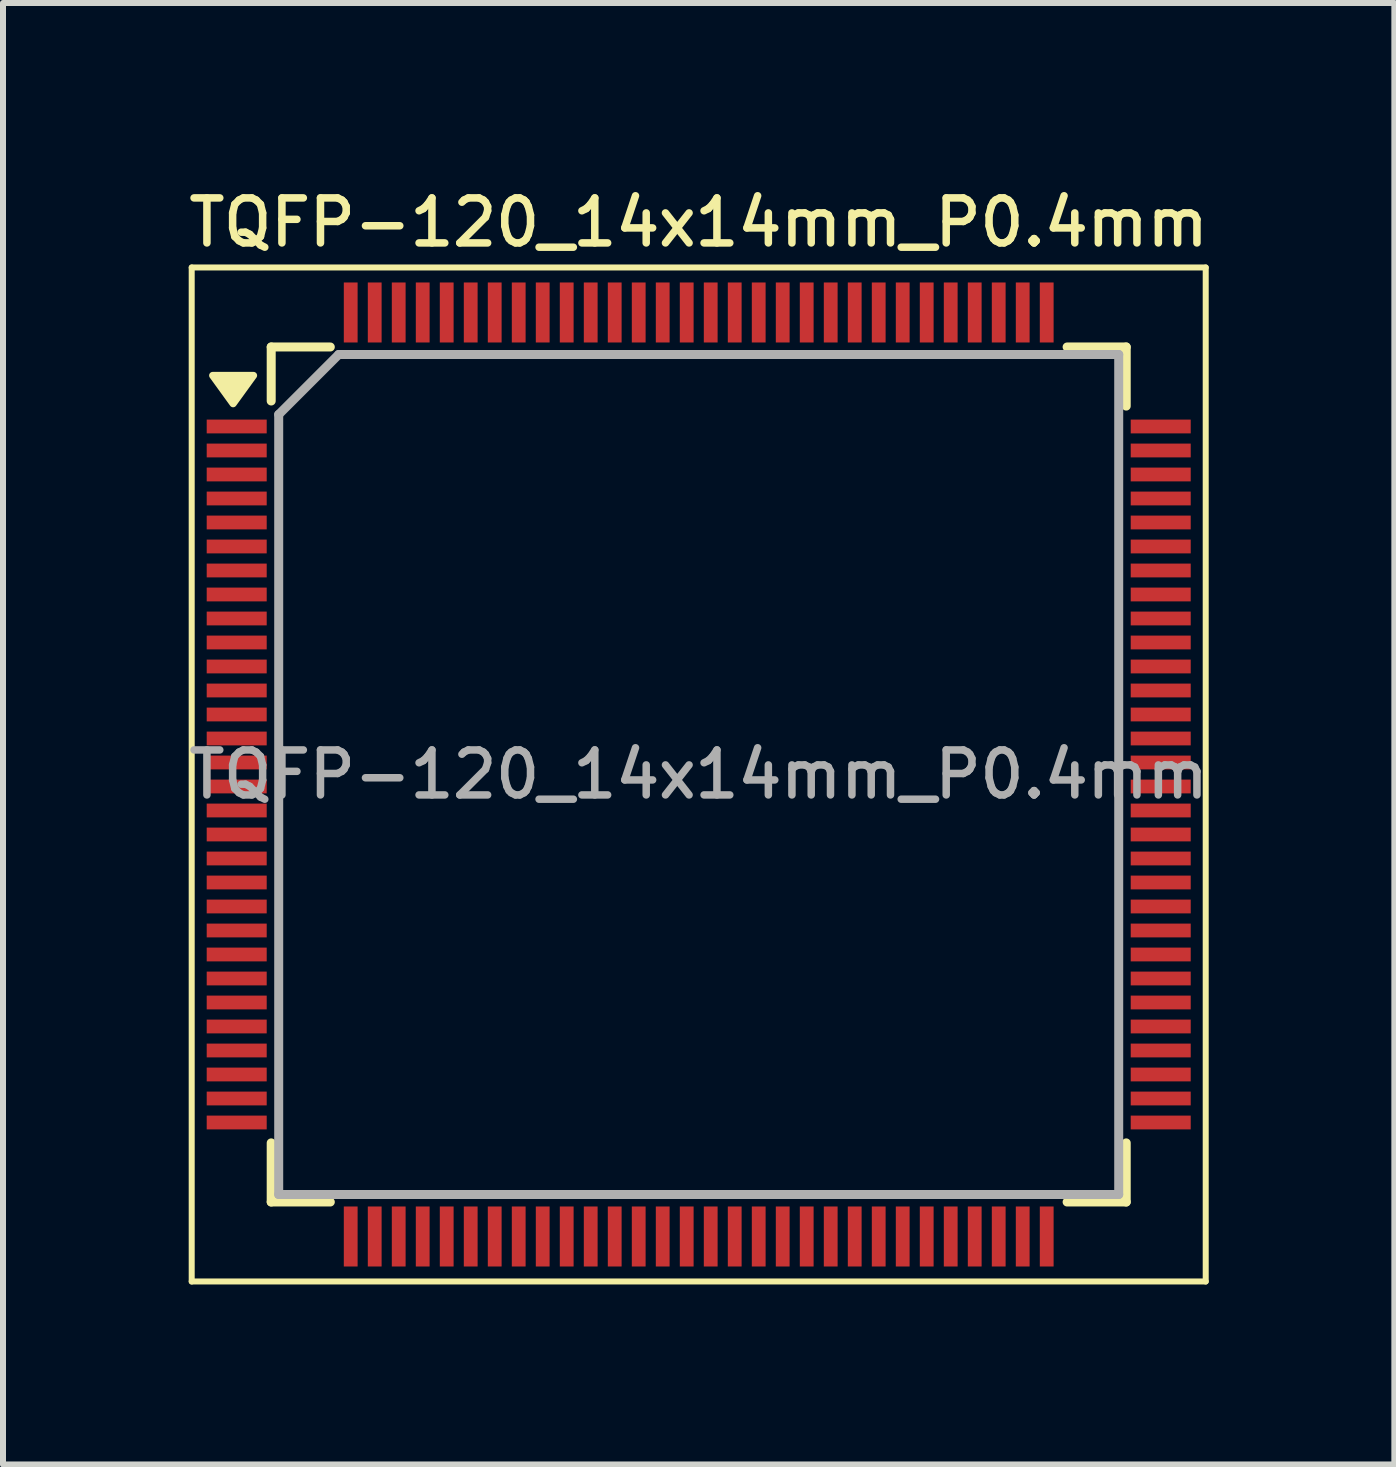
<source format=kicad_pcb>
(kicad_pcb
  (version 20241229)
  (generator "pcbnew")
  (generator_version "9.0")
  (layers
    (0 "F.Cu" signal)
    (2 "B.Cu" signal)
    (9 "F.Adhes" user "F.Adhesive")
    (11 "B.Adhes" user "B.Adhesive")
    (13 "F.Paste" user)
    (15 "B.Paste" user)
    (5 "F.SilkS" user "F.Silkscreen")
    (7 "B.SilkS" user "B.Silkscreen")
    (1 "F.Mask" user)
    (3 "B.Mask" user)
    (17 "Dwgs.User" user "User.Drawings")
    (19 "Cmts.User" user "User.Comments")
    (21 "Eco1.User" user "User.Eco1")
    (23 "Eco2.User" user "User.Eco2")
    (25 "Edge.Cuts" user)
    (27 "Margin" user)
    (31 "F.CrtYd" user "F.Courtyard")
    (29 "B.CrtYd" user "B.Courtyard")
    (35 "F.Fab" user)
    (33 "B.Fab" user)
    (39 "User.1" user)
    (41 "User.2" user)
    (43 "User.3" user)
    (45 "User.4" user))
  (footprint "TQFP-120_14x14mm_P0.4mm"
    (layer "F.Cu")
    (at 8.595 9.858)
    (property "Reference" "TQFP-120_14x14mm_P0.4mm" (at 0 -9.2 0) (layer "F.SilkS") (effects (font (size 0.75 0.75) (thickness 0.125))))
    (attr smd)
    (fp_line (start -8.45 -8.45) (end -8.45 8.45) (stroke (width 0.1) (type solid)) (layer "F.SilkS"))
    (fp_line (start -8.45 -8.45) (end 8.45 -8.45) (stroke (width 0.1) (type solid)) (layer "F.SilkS"))
    (fp_line (start -8.45 8.45) (end 8.45 8.45) (stroke (width 0.1) (type solid)) (layer "F.SilkS"))
    (fp_line (start -7.125 -7.125) (end -7.125 -6.225) (stroke (width 0.15) (type solid)) (layer "F.SilkS"))
    (fp_line (start -7.125 -7.125) (end -6.14 -7.125) (stroke (width 0.15) (type solid)) (layer "F.SilkS"))
    (fp_line (start -7.125 7.125) (end -7.125 6.14) (stroke (width 0.15) (type solid)) (layer "F.SilkS"))
    (fp_line (start -7.125 7.125) (end -6.14 7.125) (stroke (width 0.15) (type solid)) (layer "F.SilkS"))
    (fp_line (start 7.125 -7.125) (end 6.14 -7.125) (stroke (width 0.15) (type solid)) (layer "F.SilkS"))
    (fp_line (start 7.125 -7.125) (end 7.125 -6.14) (stroke (width 0.15) (type solid)) (layer "F.SilkS"))
    (fp_line (start 7.125 7.125) (end 6.14 7.125) (stroke (width 0.15) (type solid)) (layer "F.SilkS"))
    (fp_line (start 7.125 7.125) (end 7.125 6.14) (stroke (width 0.15) (type solid)) (layer "F.SilkS"))
    (fp_line (start 8.45 -8.45) (end 8.45 8.45) (stroke (width 0.1) (type solid)) (layer "F.SilkS"))
    (fp_poly (pts (xy -7.76 -6.18) (xy -8.1 -6.65) (xy -7.42 -6.65) (xy -7.76 -6.18)) (stroke (width 0.12) (type solid)) (fill yes) (layer "F.SilkS"))
    (fp_line (start -7 -6) (end -6 -7) (stroke (width 0.15) (type solid)) (layer "F.Fab"))
    (fp_line (start -7 7) (end -7 -6) (stroke (width 0.15) (type solid)) (layer "F.Fab"))
    (fp_line (start -6 -7) (end 7 -7) (stroke (width 0.15) (type solid)) (layer "F.Fab"))
    (fp_line (start 7 -7) (end 7 7) (stroke (width 0.15) (type solid)) (layer "F.Fab"))
    (fp_line (start 7 7) (end -7 7) (stroke (width 0.15) (type solid)) (layer "F.Fab"))
    (fp_text user "${REFERENCE}" (at 0 0 0) (layer "F.Fab") (effects (font (size 0.75 0.75) (thickness 0.125))))
    (pad "1" smd rect (at -7.7 -5.8) (size 1 0.23) (layers "F.Cu" "F.Mask" "F.Paste"))
    (pad "2" smd rect (at -7.7 -5.4) (size 1 0.23) (layers "F.Cu" "F.Mask" "F.Paste"))
    (pad "3" smd rect (at -7.7 -5) (size 1 0.23) (layers "F.Cu" "F.Mask" "F.Paste"))
    (pad "4" smd rect (at -7.7 -4.6) (size 1 0.23) (layers "F.Cu" "F.Mask" "F.Paste"))
    (pad "5" smd rect (at -7.7 -4.2) (size 1 0.23) (layers "F.Cu" "F.Mask" "F.Paste"))
    (pad "6" smd rect (at -7.7 -3.8) (size 1 0.23) (layers "F.Cu" "F.Mask" "F.Paste"))
    (pad "7" smd rect (at -7.7 -3.4) (size 1 0.23) (layers "F.Cu" "F.Mask" "F.Paste"))
    (pad "8" smd rect (at -7.7 -3) (size 1 0.23) (layers "F.Cu" "F.Mask" "F.Paste"))
    (pad "9" smd rect (at -7.7 -2.6) (size 1 0.23) (layers "F.Cu" "F.Mask" "F.Paste"))
    (pad "10" smd rect (at -7.7 -2.2) (size 1 0.23) (layers "F.Cu" "F.Mask" "F.Paste"))
    (pad "11" smd rect (at -7.7 -1.8) (size 1 0.23) (layers "F.Cu" "F.Mask" "F.Paste"))
    (pad "12" smd rect (at -7.7 -1.4) (size 1 0.23) (layers "F.Cu" "F.Mask" "F.Paste"))
    (pad "13" smd rect (at -7.7 -1) (size 1 0.23) (layers "F.Cu" "F.Mask" "F.Paste"))
    (pad "14" smd rect (at -7.7 -0.6) (size 1 0.23) (layers "F.Cu" "F.Mask" "F.Paste"))
    (pad "15" smd rect (at -7.7 -0.2) (size 1 0.23) (layers "F.Cu" "F.Mask" "F.Paste"))
    (pad "16" smd rect (at -7.7 0.2) (size 1 0.23) (layers "F.Cu" "F.Mask" "F.Paste"))
    (pad "17" smd rect (at -7.7 0.6) (size 1 0.23) (layers "F.Cu" "F.Mask" "F.Paste"))
    (pad "18" smd rect (at -7.7 1) (size 1 0.23) (layers "F.Cu" "F.Mask" "F.Paste"))
    (pad "19" smd rect (at -7.7 1.4) (size 1 0.23) (layers "F.Cu" "F.Mask" "F.Paste"))
    (pad "20" smd rect (at -7.7 1.8) (size 1 0.23) (layers "F.Cu" "F.Mask" "F.Paste"))
    (pad "21" smd rect (at -7.7 2.2) (size 1 0.23) (layers "F.Cu" "F.Mask" "F.Paste"))
    (pad "22" smd rect (at -7.7 2.6) (size 1 0.23) (layers "F.Cu" "F.Mask" "F.Paste"))
    (pad "23" smd rect (at -7.7 3) (size 1 0.23) (layers "F.Cu" "F.Mask" "F.Paste"))
    (pad "24" smd rect (at -7.7 3.4) (size 1 0.23) (layers "F.Cu" "F.Mask" "F.Paste"))
    (pad "25" smd rect (at -7.7 3.8) (size 1 0.23) (layers "F.Cu" "F.Mask" "F.Paste"))
    (pad "26" smd rect (at -7.7 4.2) (size 1 0.23) (layers "F.Cu" "F.Mask" "F.Paste"))
    (pad "27" smd rect (at -7.7 4.6) (size 1 0.23) (layers "F.Cu" "F.Mask" "F.Paste"))
    (pad "28" smd rect (at -7.7 5) (size 1 0.23) (layers "F.Cu" "F.Mask" "F.Paste"))
    (pad "29" smd rect (at -7.7 5.4) (size 1 0.23) (layers "F.Cu" "F.Mask" "F.Paste"))
    (pad "30" smd rect (at -7.7 5.8) (size 1 0.23) (layers "F.Cu" "F.Mask" "F.Paste"))
    (pad "31" smd rect (at -5.8 7.7 90) (size 1 0.23) (layers "F.Cu" "F.Mask" "F.Paste"))
    (pad "32" smd rect (at -5.4 7.7 90) (size 1 0.23) (layers "F.Cu" "F.Mask" "F.Paste"))
    (pad "33" smd rect (at -5 7.7 90) (size 1 0.23) (layers "F.Cu" "F.Mask" "F.Paste"))
    (pad "34" smd rect (at -4.6 7.7 90) (size 1 0.23) (layers "F.Cu" "F.Mask" "F.Paste"))
    (pad "35" smd rect (at -4.2 7.7 90) (size 1 0.23) (layers "F.Cu" "F.Mask" "F.Paste"))
    (pad "36" smd rect (at -3.8 7.7 90) (size 1 0.23) (layers "F.Cu" "F.Mask" "F.Paste"))
    (pad "37" smd rect (at -3.4 7.7 90) (size 1 0.23) (layers "F.Cu" "F.Mask" "F.Paste"))
    (pad "38" smd rect (at -3 7.7 90) (size 1 0.23) (layers "F.Cu" "F.Mask" "F.Paste"))
    (pad "39" smd rect (at -2.6 7.7 90) (size 1 0.23) (layers "F.Cu" "F.Mask" "F.Paste"))
    (pad "40" smd rect (at -2.2 7.7 90) (size 1 0.23) (layers "F.Cu" "F.Mask" "F.Paste"))
    (pad "41" smd rect (at -1.8 7.7 90) (size 1 0.23) (layers "F.Cu" "F.Mask" "F.Paste"))
    (pad "42" smd rect (at -1.4 7.7 90) (size 1 0.23) (layers "F.Cu" "F.Mask" "F.Paste"))
    (pad "43" smd rect (at -1 7.7 90) (size 1 0.23) (layers "F.Cu" "F.Mask" "F.Paste"))
    (pad "44" smd rect (at -0.6 7.7 90) (size 1 0.23) (layers "F.Cu" "F.Mask" "F.Paste"))
    (pad "45" smd rect (at -0.2 7.7 90) (size 1 0.23) (layers "F.Cu" "F.Mask" "F.Paste"))
    (pad "46" smd rect (at 0.2 7.7 90) (size 1 0.23) (layers "F.Cu" "F.Mask" "F.Paste"))
    (pad "47" smd rect (at 0.6 7.7 90) (size 1 0.23) (layers "F.Cu" "F.Mask" "F.Paste"))
    (pad "48" smd rect (at 1 7.7 90) (size 1 0.23) (layers "F.Cu" "F.Mask" "F.Paste"))
    (pad "49" smd rect (at 1.4 7.7 90) (size 1 0.23) (layers "F.Cu" "F.Mask" "F.Paste"))
    (pad "50" smd rect (at 1.8 7.7 90) (size 1 0.23) (layers "F.Cu" "F.Mask" "F.Paste"))
    (pad "51" smd rect (at 2.2 7.7 90) (size 1 0.23) (layers "F.Cu" "F.Mask" "F.Paste"))
    (pad "52" smd rect (at 2.6 7.7 90) (size 1 0.23) (layers "F.Cu" "F.Mask" "F.Paste"))
    (pad "53" smd rect (at 3 7.7 90) (size 1 0.23) (layers "F.Cu" "F.Mask" "F.Paste"))
    (pad "54" smd rect (at 3.4 7.7 90) (size 1 0.23) (layers "F.Cu" "F.Mask" "F.Paste"))
    (pad "55" smd rect (at 3.8 7.7 90) (size 1 0.23) (layers "F.Cu" "F.Mask" "F.Paste"))
    (pad "56" smd rect (at 4.2 7.7 90) (size 1 0.23) (layers "F.Cu" "F.Mask" "F.Paste"))
    (pad "57" smd rect (at 4.6 7.7 90) (size 1 0.23) (layers "F.Cu" "F.Mask" "F.Paste"))
    (pad "58" smd rect (at 5 7.7 90) (size 1 0.23) (layers "F.Cu" "F.Mask" "F.Paste"))
    (pad "59" smd rect (at 5.4 7.7 90) (size 1 0.23) (layers "F.Cu" "F.Mask" "F.Paste"))
    (pad "60" smd rect (at 5.8 7.7 90) (size 1 0.23) (layers "F.Cu" "F.Mask" "F.Paste"))
    (pad "61" smd rect (at 7.7 5.8) (size 1 0.23) (layers "F.Cu" "F.Mask" "F.Paste"))
    (pad "62" smd rect (at 7.7 5.4) (size 1 0.23) (layers "F.Cu" "F.Mask" "F.Paste"))
    (pad "63" smd rect (at 7.7 5) (size 1 0.23) (layers "F.Cu" "F.Mask" "F.Paste"))
    (pad "64" smd rect (at 7.7 4.6) (size 1 0.23) (layers "F.Cu" "F.Mask" "F.Paste"))
    (pad "65" smd rect (at 7.7 4.2) (size 1 0.23) (layers "F.Cu" "F.Mask" "F.Paste"))
    (pad "66" smd rect (at 7.7 3.8) (size 1 0.23) (layers "F.Cu" "F.Mask" "F.Paste"))
    (pad "67" smd rect (at 7.7 3.4) (size 1 0.23) (layers "F.Cu" "F.Mask" "F.Paste"))
    (pad "68" smd rect (at 7.7 3) (size 1 0.23) (layers "F.Cu" "F.Mask" "F.Paste"))
    (pad "69" smd rect (at 7.7 2.6) (size 1 0.23) (layers "F.Cu" "F.Mask" "F.Paste"))
    (pad "70" smd rect (at 7.7 2.2) (size 1 0.23) (layers "F.Cu" "F.Mask" "F.Paste"))
    (pad "71" smd rect (at 7.7 1.8) (size 1 0.23) (layers "F.Cu" "F.Mask" "F.Paste"))
    (pad "72" smd rect (at 7.7 1.4) (size 1 0.23) (layers "F.Cu" "F.Mask" "F.Paste"))
    (pad "73" smd rect (at 7.7 1) (size 1 0.23) (layers "F.Cu" "F.Mask" "F.Paste"))
    (pad "74" smd rect (at 7.7 0.6) (size 1 0.23) (layers "F.Cu" "F.Mask" "F.Paste"))
    (pad "75" smd rect (at 7.7 0.2) (size 1 0.23) (layers "F.Cu" "F.Mask" "F.Paste"))
    (pad "76" smd rect (at 7.7 -0.2) (size 1 0.23) (layers "F.Cu" "F.Mask" "F.Paste"))
    (pad "77" smd rect (at 7.7 -0.6) (size 1 0.23) (layers "F.Cu" "F.Mask" "F.Paste"))
    (pad "78" smd rect (at 7.7 -1) (size 1 0.23) (layers "F.Cu" "F.Mask" "F.Paste"))
    (pad "79" smd rect (at 7.7 -1.4) (size 1 0.23) (layers "F.Cu" "F.Mask" "F.Paste"))
    (pad "80" smd rect (at 7.7 -1.8) (size 1 0.23) (layers "F.Cu" "F.Mask" "F.Paste"))
    (pad "81" smd rect (at 7.7 -2.2) (size 1 0.23) (layers "F.Cu" "F.Mask" "F.Paste"))
    (pad "82" smd rect (at 7.7 -2.6) (size 1 0.23) (layers "F.Cu" "F.Mask" "F.Paste"))
    (pad "83" smd rect (at 7.7 -3) (size 1 0.23) (layers "F.Cu" "F.Mask" "F.Paste"))
    (pad "84" smd rect (at 7.7 -3.4) (size 1 0.23) (layers "F.Cu" "F.Mask" "F.Paste"))
    (pad "85" smd rect (at 7.7 -3.8) (size 1 0.23) (layers "F.Cu" "F.Mask" "F.Paste"))
    (pad "86" smd rect (at 7.7 -4.2) (size 1 0.23) (layers "F.Cu" "F.Mask" "F.Paste"))
    (pad "87" smd rect (at 7.7 -4.6) (size 1 0.23) (layers "F.Cu" "F.Mask" "F.Paste"))
    (pad "88" smd rect (at 7.7 -5) (size 1 0.23) (layers "F.Cu" "F.Mask" "F.Paste"))
    (pad "89" smd rect (at 7.7 -5.4) (size 1 0.23) (layers "F.Cu" "F.Mask" "F.Paste"))
    (pad "90" smd rect (at 7.7 -5.8) (size 1 0.23) (layers "F.Cu" "F.Mask" "F.Paste"))
    (pad "91" smd rect (at 5.8 -7.7 90) (size 1 0.23) (layers "F.Cu" "F.Mask" "F.Paste"))
    (pad "92" smd rect (at 5.4 -7.7 90) (size 1 0.23) (layers "F.Cu" "F.Mask" "F.Paste"))
    (pad "93" smd rect (at 5 -7.7 90) (size 1 0.23) (layers "F.Cu" "F.Mask" "F.Paste"))
    (pad "94" smd rect (at 4.6 -7.7 90) (size 1 0.23) (layers "F.Cu" "F.Mask" "F.Paste"))
    (pad "95" smd rect (at 4.2 -7.7 90) (size 1 0.23) (layers "F.Cu" "F.Mask" "F.Paste"))
    (pad "96" smd rect (at 3.8 -7.7 90) (size 1 0.23) (layers "F.Cu" "F.Mask" "F.Paste"))
    (pad "97" smd rect (at 3.4 -7.7 90) (size 1 0.23) (layers "F.Cu" "F.Mask" "F.Paste"))
    (pad "98" smd rect (at 3 -7.7 90) (size 1 0.23) (layers "F.Cu" "F.Mask" "F.Paste"))
    (pad "99" smd rect (at 2.6 -7.7 90) (size 1 0.23) (layers "F.Cu" "F.Mask" "F.Paste"))
    (pad "100" smd rect (at 2.2 -7.7 90) (size 1 0.23) (layers "F.Cu" "F.Mask" "F.Paste"))
    (pad "101" smd rect (at 1.8 -7.7 90) (size 1 0.23) (layers "F.Cu" "F.Mask" "F.Paste"))
    (pad "102" smd rect (at 1.4 -7.7 90) (size 1 0.23) (layers "F.Cu" "F.Mask" "F.Paste"))
    (pad "103" smd rect (at 1 -7.7 90) (size 1 0.23) (layers "F.Cu" "F.Mask" "F.Paste"))
    (pad "104" smd rect (at 0.6 -7.7 90) (size 1 0.23) (layers "F.Cu" "F.Mask" "F.Paste"))
    (pad "105" smd rect (at 0.2 -7.7 90) (size 1 0.23) (layers "F.Cu" "F.Mask" "F.Paste"))
    (pad "106" smd rect (at -0.2 -7.7 90) (size 1 0.23) (layers "F.Cu" "F.Mask" "F.Paste"))
    (pad "107" smd rect (at -0.6 -7.7 90) (size 1 0.23) (layers "F.Cu" "F.Mask" "F.Paste"))
    (pad "108" smd rect (at -1 -7.7 90) (size 1 0.23) (layers "F.Cu" "F.Mask" "F.Paste"))
    (pad "109" smd rect (at -1.4 -7.7 90) (size 1 0.23) (layers "F.Cu" "F.Mask" "F.Paste"))
    (pad "110" smd rect (at -1.8 -7.7 90) (size 1 0.23) (layers "F.Cu" "F.Mask" "F.Paste"))
    (pad "111" smd rect (at -2.2 -7.7 90) (size 1 0.23) (layers "F.Cu" "F.Mask" "F.Paste"))
    (pad "112" smd rect (at -2.6 -7.7 90) (size 1 0.23) (layers "F.Cu" "F.Mask" "F.Paste"))
    (pad "113" smd rect (at -3 -7.7 90) (size 1 0.23) (layers "F.Cu" "F.Mask" "F.Paste"))
    (pad "114" smd rect (at -3.4 -7.7 90) (size 1 0.23) (layers "F.Cu" "F.Mask" "F.Paste"))
    (pad "115" smd rect (at -3.8 -7.7 90) (size 1 0.23) (layers "F.Cu" "F.Mask" "F.Paste"))
    (pad "116" smd rect (at -4.2 -7.7 90) (size 1 0.23) (layers "F.Cu" "F.Mask" "F.Paste"))
    (pad "117" smd rect (at -4.6 -7.7 90) (size 1 0.23) (layers "F.Cu" "F.Mask" "F.Paste"))
    (pad "118" smd rect (at -5 -7.7 90) (size 1 0.23) (layers "F.Cu" "F.Mask" "F.Paste"))
    (pad "119" smd rect (at -5.4 -7.7 90) (size 1 0.23) (layers "F.Cu" "F.Mask" "F.Paste"))
    (pad "120" smd rect (at -5.8 -7.7 90) (size 1 0.23) (layers "F.Cu" "F.Mask" "F.Paste")))
  (gr_rect
    (start -3 -3)
    (end 20.189 21.358)
    (stroke (width 0.1) (type default))
    (fill no)
    (layer "Edge.Cuts")))
</source>
